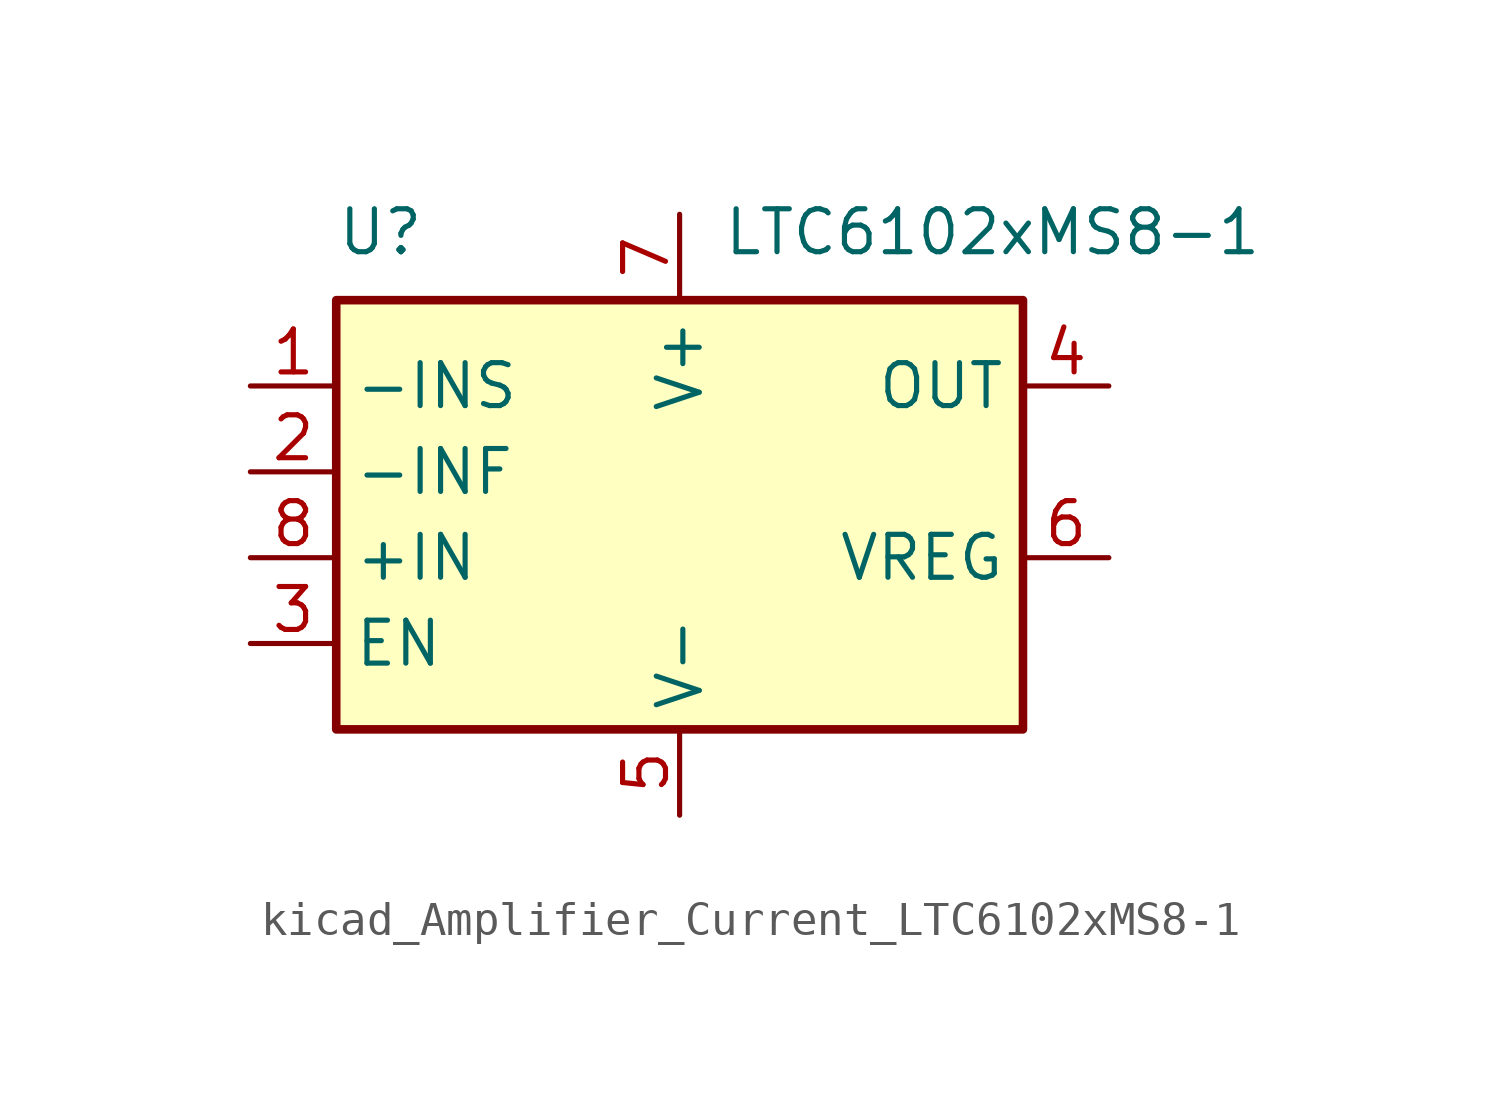
<source format=kicad_sym>
(kicad_symbol_lib
  (version 20220914)
  (generator kicad_symbol_editor)
  (symbol "kicad_Amplifier_Current_LTC6102xMS8-1"
    (property "Reference" "U"
      (at -10.16 8.89 0)
      (effects (font (size 1.27 1.27)) (justify left bottom)))
    (property "Value" "LTC6102xMS8-1"
      (at 1.27 8.89 0)
      (effects (font (size 1.27 1.27)) (justify left bottom)))
    (symbol "kicad_Amplifier_Current_LTC6102xMS8-1_0_1"
      (rectangle (start -10.16 7.62) (end 10.16 -5.08) (stroke (width 0.254) (type default)) (fill (type background))))
    (symbol "kicad_Amplifier_Current_LTC6102xMS8-1_1_1"
      (pin input line (at -12.7 5.08 0) (length 2.54) (name "-INS" (effects (font (size 1.27 1.27)))) (number "1" (effects (font (size 1.27 1.27)))))
      (pin input line (at -12.7 2.54 0) (length 2.54) (name "-INF" (effects (font (size 1.27 1.27)))) (number "2" (effects (font (size 1.27 1.27)))))
      (pin input line (at -12.7 -2.54 0) (length 2.54) (name "EN" (effects (font (size 1.27 1.27)))) (number "3" (effects (font (size 1.27 1.27)))))
      (pin output line (at 12.7 5.08 180) (length 2.54) (name "OUT" (effects (font (size 1.27 1.27)))) (number "4" (effects (font (size 1.27 1.27)))))
      (pin power_in line (at 0 -7.62 90) (length 2.54) (name "V-" (effects (font (size 1.27 1.27)))) (number "5" (effects (font (size 1.27 1.27)))))
      (pin output line (at 12.7 0 180) (length 2.54) (name "VREG" (effects (font (size 1.27 1.27)))) (number "6" (effects (font (size 1.27 1.27)))))
      (pin power_in line (at 0 10.16 270) (length 2.54) (name "V+" (effects (font (size 1.27 1.27)))) (number "7" (effects (font (size 1.27 1.27)))))
      (pin input line (at -12.7 0 0) (length 2.54) (name "+IN" (effects (font (size 1.27 1.27)))) (number "8" (effects (font (size 1.27 1.27))))))))
</source>
